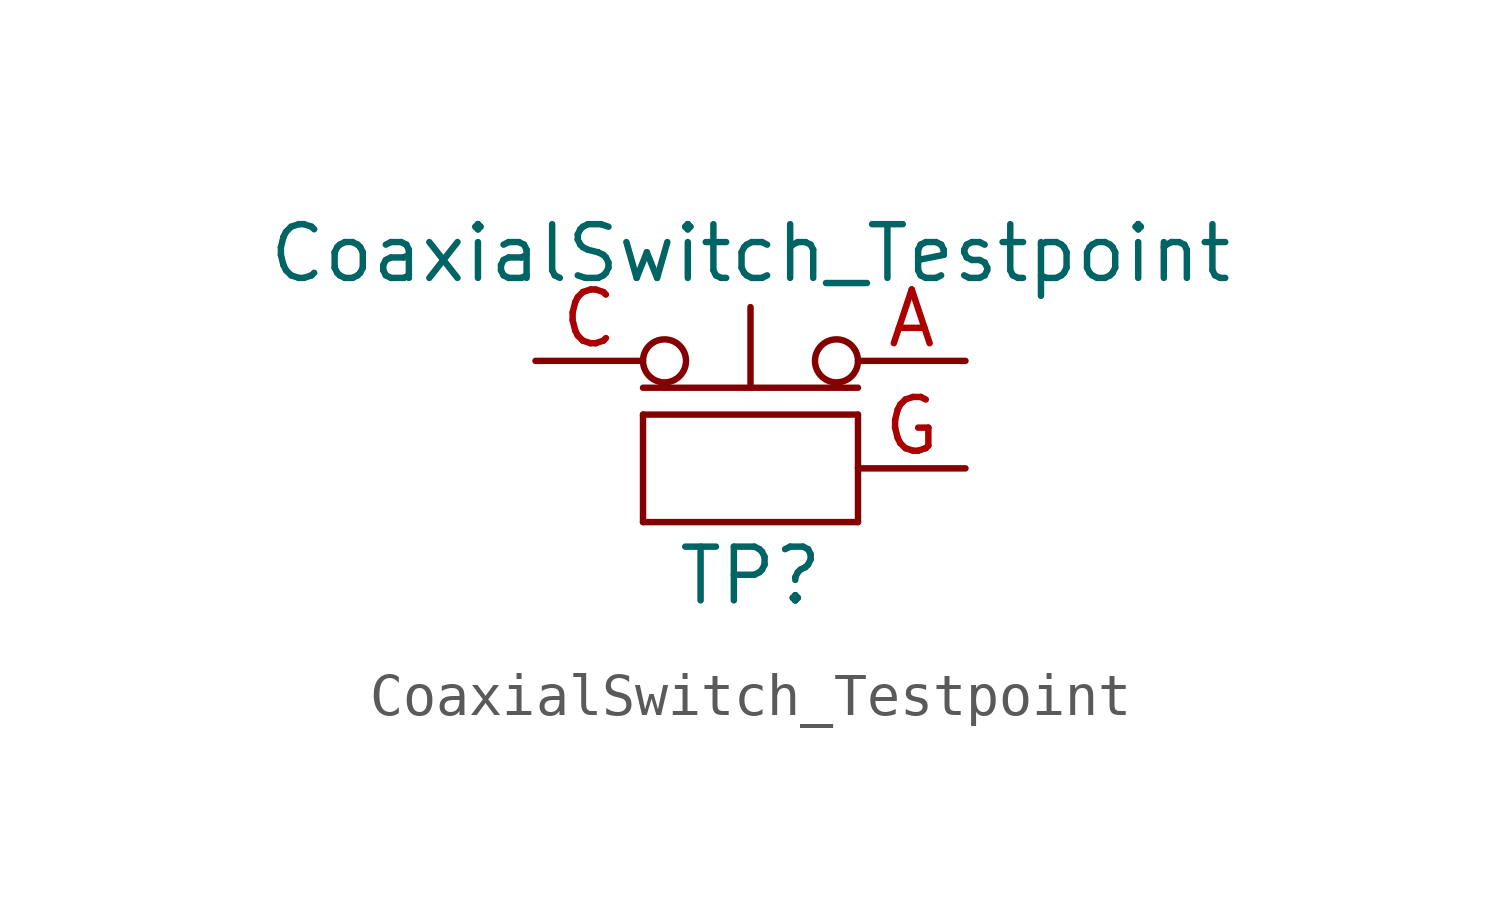
<source format=kicad_sym>
(kicad_symbol_lib
  (version 20241209)
  (generator "kicad_symbol_editor")
  (generator_version "9.0")
  (symbol "CoaxialSwitch_Testpoint"
    (pin_names
      (offset 1.016)
      (hide yes))
    (property "Reference" "TP"
      (at 0 -3.81 0)
      (effects (font (size 1.27 1.27))))
    (property "Value" "CoaxialSwitch_Testpoint"
      (at 0 3.81 0)
      (effects (font (size 1.27 1.27))))
    (symbol "CoaxialSwitch_Testpoint_0_1"
      (rectangle (start -2.54 0) (end -2.54 -2.54) (stroke (width 0) (type default)) (fill (type none)))
      (rectangle (start -2.54 -2.54) (end 2.54 -2.54) (stroke (width 0) (type default)) (fill (type none)))
      (rectangle (start 2.54 0) (end -2.54 0) (stroke (width 0) (type default)) (fill (type none)))
      (rectangle (start 2.54 0) (end 2.54 -2.54) (stroke (width 0) (type default)) (fill (type none))))
    (symbol "CoaxialSwitch_Testpoint_1_1"
      (polyline (pts (xy -2.54 0.635) (xy 2.54 0.635)) (stroke (width 0) (type default)) (fill (type none)))
      (circle (center -2.032 1.27) (radius 0.508) (stroke (width 0) (type default)) (fill (type none)))
      (polyline (pts (xy 0 0.635) (xy 0 2.54)) (stroke (width 0) (type default)) (fill (type none)))
      (circle (center 2.032 1.27) (radius 0.508) (stroke (width 0) (type default)) (fill (type none)))
      (pin passive line (at -5.08 1.27 0) (length 2.54) (name "C" (effects (font (size 1.27 1.27)))) (number "C" (effects (font (size 1.27 1.27)))))
      (pin passive line (at 5.08 1.27 180) (length 2.54) (name "A" (effects (font (size 1.27 1.27)))) (number "A" (effects (font (size 1.27 1.27)))))
      (pin passive line (at 5.08 -1.27 180) (length 2.54) (name "G" (effects (font (size 1.27 1.27)))) (number "G" (effects (font (size 1.27 1.27))))))))
</source>
